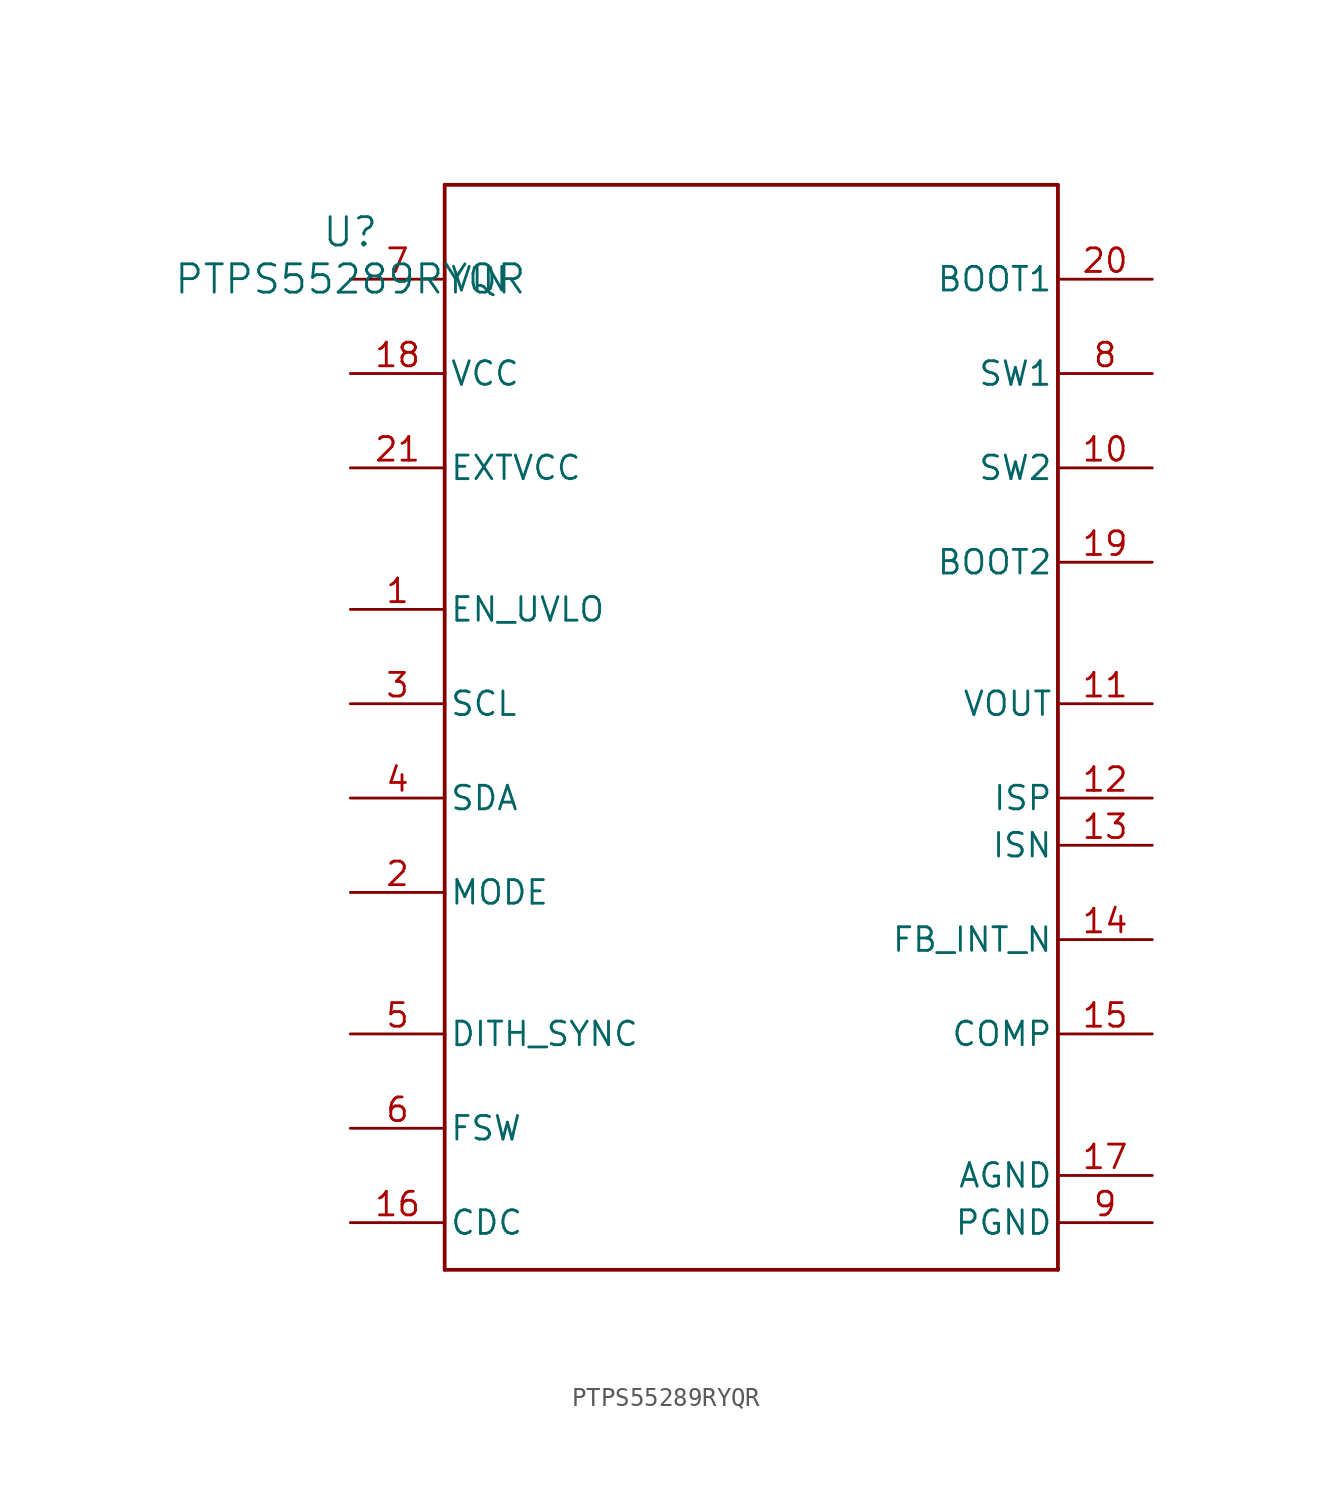
<source format=kicad_sym>
(kicad_symbol_lib
  (version 20211014)
  (generator kicad_symbol_editor)
  (symbol "PTPS55289RYQR"
    (pin_names
      (offset 0.254))
    (property "Reference" "U"
      (at 0 2.54 0)
      (effects (font (size 1.524 1.524))))
    (property "Value" "PTPS55289RYQR"
      (at 0 0 0)
      (effects (font (size 1.524 1.524))))
    (symbol "PTPS55289RYQR_0_1"
      (polyline (pts (xy 5.08 -53.34) (xy 38.1 -53.34)) (stroke (width 0.203) (type default) (color 0 0 0 0)) (fill (type none)))
      (polyline (pts (xy 38.1 -53.34) (xy 38.1 5.08)) (stroke (width 0.203) (type default) (color 0 0 0 0)) (fill (type none)))
      (polyline (pts (xy 38.1 5.08) (xy 5.08 5.08)) (stroke (width 0.203) (type default) (color 0 0 0 0)) (fill (type none)))
      (polyline (pts (xy 5.08 5.08) (xy 5.08 -53.34)) (stroke (width 0.203) (type default) (color 0 0 0 0)) (fill (type none)))
      (pin unspecified line (at 0 -17.78 0) (length 5.08) (name "EN_UVLO" (effects (font (size 1.27 1.27)))) (number "1" (effects (font (size 1.27 1.27)))))
      (pin unspecified line (at 0 -33.02 0) (length 5.08) (name "MODE" (effects (font (size 1.27 1.27)))) (number "2" (effects (font (size 1.27 1.27)))))
      (pin unspecified line (at 0 -22.86 0) (length 5.08) (name "SCL" (effects (font (size 1.27 1.27)))) (number "3" (effects (font (size 1.27 1.27)))))
      (pin unspecified line (at 0 -27.94 0) (length 5.08) (name "SDA" (effects (font (size 1.27 1.27)))) (number "4" (effects (font (size 1.27 1.27)))))
      (pin unspecified line (at 0 -40.64 0) (length 5.08) (name "DITH_SYNC" (effects (font (size 1.27 1.27)))) (number "5" (effects (font (size 1.27 1.27)))))
      (pin unspecified line (at 0 -45.72 0) (length 5.08) (name "FSW" (effects (font (size 1.27 1.27)))) (number "6" (effects (font (size 1.27 1.27)))))
      (pin unspecified line (at 0 0 0) (length 5.08) (name "VIN" (effects (font (size 1.27 1.27)))) (number "7" (effects (font (size 1.27 1.27)))))
      (pin unspecified line (at 43.18 -5.08 180) (length 5.08) (name "SW1" (effects (font (size 1.27 1.27)))) (number "8" (effects (font (size 1.27 1.27)))))
      (pin unspecified line (at 43.18 -50.8 180) (length 5.08) (name "PGND" (effects (font (size 1.27 1.27)))) (number "9" (effects (font (size 1.27 1.27)))))
      (pin unspecified line (at 43.18 -10.16 180) (length 5.08) (name "SW2" (effects (font (size 1.27 1.27)))) (number "10" (effects (font (size 1.27 1.27)))))
      (pin unspecified line (at 43.18 -22.86 180) (length 5.08) (name "VOUT" (effects (font (size 1.27 1.27)))) (number "11" (effects (font (size 1.27 1.27)))))
      (pin unspecified line (at 43.18 -27.94 180) (length 5.08) (name "ISP" (effects (font (size 1.27 1.27)))) (number "12" (effects (font (size 1.27 1.27)))))
      (pin unspecified line (at 43.18 -30.48 180) (length 5.08) (name "ISN" (effects (font (size 1.27 1.27)))) (number "13" (effects (font (size 1.27 1.27)))))
      (pin unspecified line (at 43.18 -35.56 180) (length 5.08) (name "FB_INT_N" (effects (font (size 1.27 1.27)))) (number "14" (effects (font (size 1.27 1.27)))))
      (pin unspecified line (at 43.18 -40.64 180) (length 5.08) (name "COMP" (effects (font (size 1.27 1.27)))) (number "15" (effects (font (size 1.27 1.27)))))
      (pin unspecified line (at 0 -50.8 0) (length 5.08) (name "CDC" (effects (font (size 1.27 1.27)))) (number "16" (effects (font (size 1.27 1.27)))))
      (pin unspecified line (at 43.18 -48.26 180) (length 5.08) (name "AGND" (effects (font (size 1.27 1.27)))) (number "17" (effects (font (size 1.27 1.27)))))
      (pin unspecified line (at 0 -5.08 0) (length 5.08) (name "VCC" (effects (font (size 1.27 1.27)))) (number "18" (effects (font (size 1.27 1.27)))))
      (pin unspecified line (at 43.18 -15.24 180) (length 5.08) (name "BOOT2" (effects (font (size 1.27 1.27)))) (number "19" (effects (font (size 1.27 1.27)))))
      (pin unspecified line (at 43.18 0 180) (length 5.08) (name "BOOT1" (effects (font (size 1.27 1.27)))) (number "20" (effects (font (size 1.27 1.27)))))
      (pin unspecified line (at 0 -10.16 0) (length 5.08) (name "EXTVCC" (effects (font (size 1.27 1.27)))) (number "21" (effects (font (size 1.27 1.27))))))))
</source>
